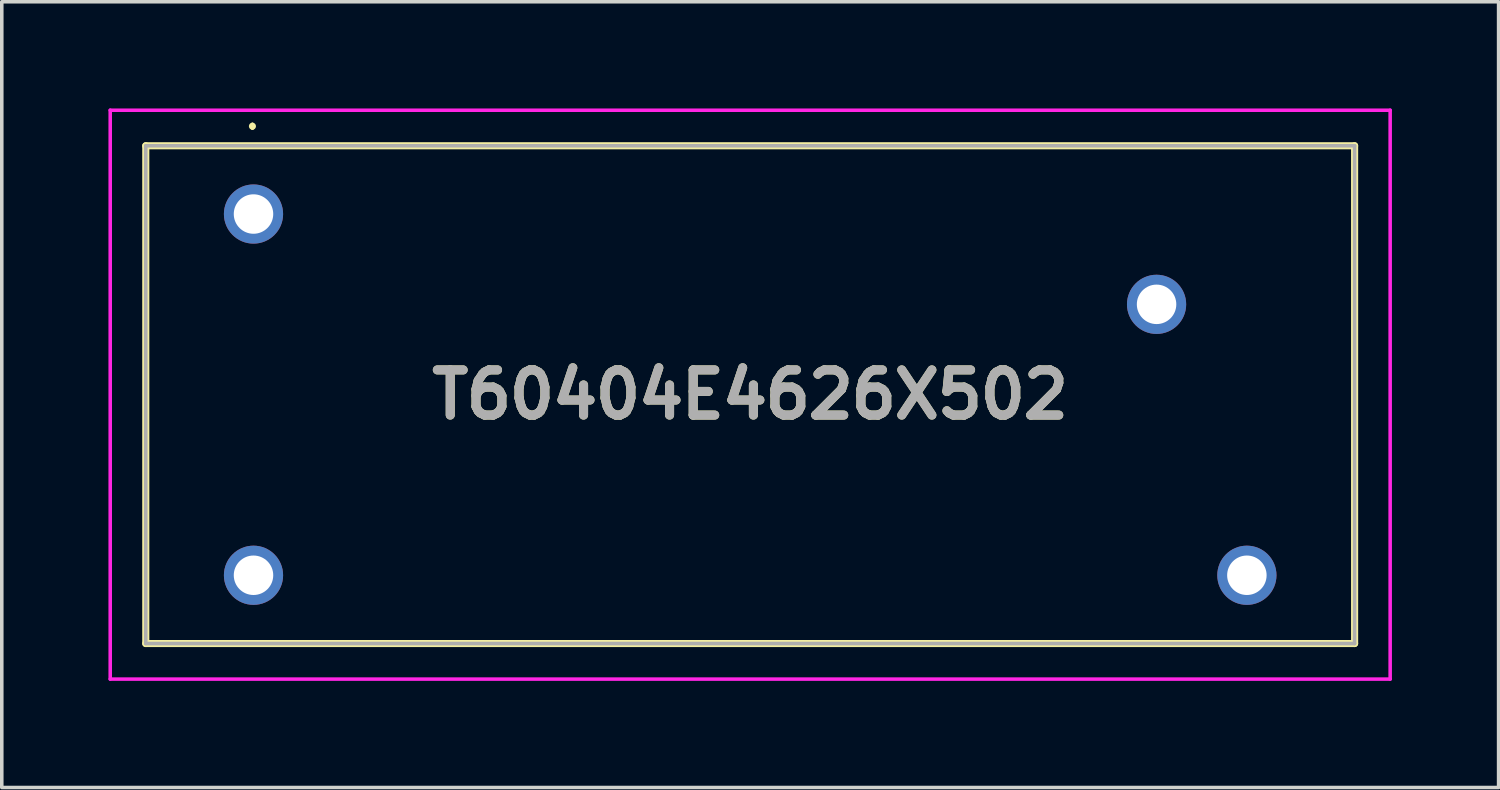
<source format=kicad_pcb>
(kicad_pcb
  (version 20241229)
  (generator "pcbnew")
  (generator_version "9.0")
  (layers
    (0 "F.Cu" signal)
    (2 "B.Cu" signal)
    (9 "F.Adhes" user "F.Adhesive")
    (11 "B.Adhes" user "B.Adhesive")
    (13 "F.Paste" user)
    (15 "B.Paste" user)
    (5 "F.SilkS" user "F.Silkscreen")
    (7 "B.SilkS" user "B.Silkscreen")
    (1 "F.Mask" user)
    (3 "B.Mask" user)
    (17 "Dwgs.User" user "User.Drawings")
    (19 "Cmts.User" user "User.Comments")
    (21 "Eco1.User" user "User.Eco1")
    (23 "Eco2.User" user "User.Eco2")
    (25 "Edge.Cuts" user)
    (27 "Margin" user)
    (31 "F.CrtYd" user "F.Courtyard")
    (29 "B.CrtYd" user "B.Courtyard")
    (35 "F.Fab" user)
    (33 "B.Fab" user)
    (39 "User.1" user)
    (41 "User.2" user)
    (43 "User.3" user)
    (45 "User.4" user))
  (footprint "T60404E4626X502"
    (layer "F.Cu")
    (at 4.08 2.97)
    (property "Reference" "T60404E4626X502" (at 13.97 5.08 0) (layer "F.SilkS") (effects (font (size 1.27 1.27) (thickness 0.254))))
    (attr through_hole)
    (fp_line (start -3.03 -1.92) (end -3.03 12.08) (stroke (width 0.2) (type solid)) (layer "F.SilkS"))
    (fp_line (start -3.03 12.08) (end 30.97 12.08) (stroke (width 0.2) (type solid)) (layer "F.SilkS"))
    (fp_line (start -0.03 -2.52) (end -0.03 -2.52) (stroke (width 0.1) (type solid)) (layer "F.SilkS"))
    (fp_line (start -0.03 -2.42) (end -0.03 -2.42) (stroke (width 0.1) (type solid)) (layer "F.SilkS"))
    (fp_line (start 30.97 -1.92) (end -3.03 -1.92) (stroke (width 0.2) (type solid)) (layer "F.SilkS"))
    (fp_line (start 30.97 12.08) (end 30.97 -1.92) (stroke (width 0.2) (type solid)) (layer "F.SilkS"))
    (fp_arc (start -0.03 -2.52) (mid 0.02 -2.47) (end -0.03 -2.42) (stroke (width 0.1) (type solid)) (layer "F.SilkS"))
    (fp_arc (start -0.03 -2.42) (mid -0.08 -2.47) (end -0.03 -2.52) (stroke (width 0.1) (type solid)) (layer "F.SilkS"))
    (fp_line (start -4.03 -2.92) (end -4.03 13.08) (stroke (width 0.1) (type solid)) (layer "F.CrtYd"))
    (fp_line (start -4.03 13.08) (end 31.97 13.08) (stroke (width 0.1) (type solid)) (layer "F.CrtYd"))
    (fp_line (start 31.97 -2.92) (end -4.03 -2.92) (stroke (width 0.1) (type solid)) (layer "F.CrtYd"))
    (fp_line (start 31.97 13.08) (end 31.97 -2.92) (stroke (width 0.1) (type solid)) (layer "F.CrtYd"))
    (fp_line (start -3.03 -1.92) (end -3.03 12.08) (stroke (width 0.1) (type solid)) (layer "F.Fab"))
    (fp_line (start -3.03 12.08) (end 30.97 12.08) (stroke (width 0.1) (type solid)) (layer "F.Fab"))
    (fp_line (start 30.97 -1.92) (end -3.03 -1.92) (stroke (width 0.1) (type solid)) (layer "F.Fab"))
    (fp_line (start 30.97 12.08) (end 30.97 -1.92) (stroke (width 0.1) (type solid)) (layer "F.Fab"))
    (fp_text user "${REFERENCE}" (at 13.97 5.08 0) (layer "F.Fab") (effects (font (size 1.27 1.27) (thickness 0.254))))
    (pad "1" thru_hole circle (at 0 0) (size 1.665 1.665) (drill 1.11) (layers "*.Cu" "*.Mask"))
    (pad "2" thru_hole circle (at 25.4 2.54) (size 1.665 1.665) (drill 1.11) (layers "*.Cu" "*.Mask"))
    (pad "3" thru_hole circle (at 27.94 10.16) (size 1.665 1.665) (drill 1.11) (layers "*.Cu" "*.Mask"))
    (pad "4" thru_hole circle (at 0 10.16) (size 1.665 1.665) (drill 1.11) (layers "*.Cu" "*.Mask")))
  (gr_rect
    (start -3 -3)
    (end 39.1 19.1)
    (stroke (width 0.1) (type default))
    (fill no)
    (layer "Edge.Cuts")))
</source>
